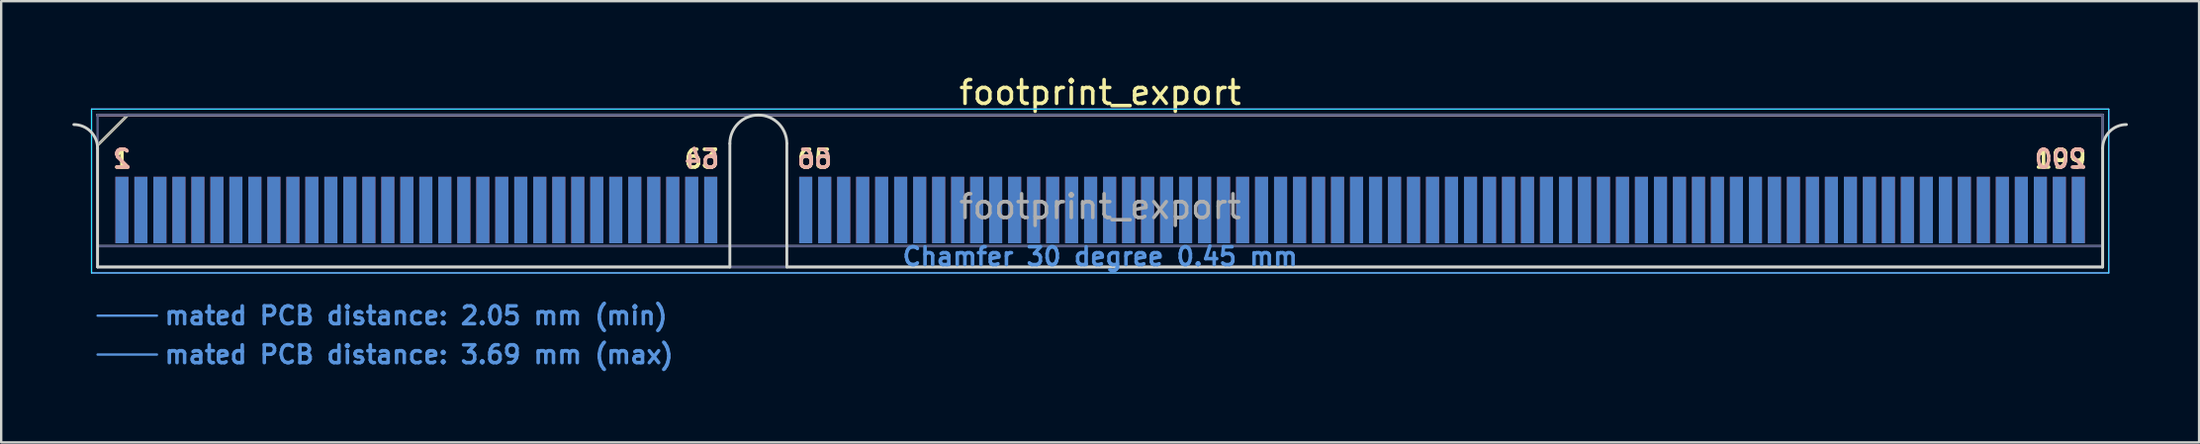
<source format=kicad_pcb>
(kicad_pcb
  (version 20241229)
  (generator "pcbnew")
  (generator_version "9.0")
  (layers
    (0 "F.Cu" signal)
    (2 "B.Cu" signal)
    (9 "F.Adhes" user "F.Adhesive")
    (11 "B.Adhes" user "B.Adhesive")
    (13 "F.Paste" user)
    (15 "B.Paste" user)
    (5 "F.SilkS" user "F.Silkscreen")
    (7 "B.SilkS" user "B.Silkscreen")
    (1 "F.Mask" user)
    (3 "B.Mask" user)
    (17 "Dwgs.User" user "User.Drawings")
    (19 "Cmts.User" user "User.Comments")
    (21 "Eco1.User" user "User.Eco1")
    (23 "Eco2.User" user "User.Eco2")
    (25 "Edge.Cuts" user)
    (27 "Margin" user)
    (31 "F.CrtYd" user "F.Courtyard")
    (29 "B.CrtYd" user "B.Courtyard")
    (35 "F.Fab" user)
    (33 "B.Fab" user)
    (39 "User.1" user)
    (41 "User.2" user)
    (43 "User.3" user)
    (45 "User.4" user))
  (footprint "footprint_export"
    (layer "F.Cu")
    (at 43.285 8.198)
    (property "Reference" "footprint_export" (at 0 -7.35 0) (layer "F.SilkS") (effects (font (size 1 1) (thickness 0.15))))
    (attr exclude_from_pos_files exclude_from_bom)
    (fp_line (start -42.225 -5.13) (end -40.955 -6.4) (stroke (width 0.12) (type solid)) (layer "F.SilkS"))
    (fp_line (start -40.955 -6.4) (end 42.225 -6.4) (stroke (width 0.12) (type solid)) (layer "F.SilkS"))
    (fp_line (start -42.225 -6.4) (end -42.225 -6.4) (stroke (width 0.12) (type solid)) (layer "B.SilkS"))
    (fp_line (start -42.225 -6.4) (end 42.225 -6.4) (stroke (width 0.12) (type solid)) (layer "B.SilkS"))
    (fp_line (start -42.225 2.05) (end -39.725 2.05) (stroke (width 0.1) (type solid)) (layer "Cmts.User"))
    (fp_line (start -42.225 3.69) (end -39.725 3.69) (stroke (width 0.1) (type solid)) (layer "Cmts.User"))
    (fp_line (start -42.225 -5) (end -42.225 0) (stroke (width 0.12) (type solid)) (layer "Edge.Cuts"))
    (fp_line (start -42.225 0) (end -15.595 0) (stroke (width 0.12) (type solid)) (layer "Edge.Cuts"))
    (fp_line (start -15.595 0) (end -15.595 -5.2) (stroke (width 0.12) (type solid)) (layer "Edge.Cuts"))
    (fp_line (start -13.195 -5.2) (end -13.195 0) (stroke (width 0.12) (type solid)) (layer "Edge.Cuts"))
    (fp_line (start -13.195 0) (end 42.225 0) (stroke (width 0.12) (type solid)) (layer "Edge.Cuts"))
    (fp_line (start 42.225 0) (end 42.225 -5) (stroke (width 0.12) (type solid)) (layer "Edge.Cuts"))
    (fp_arc (start -43.225 -6) (mid -42.517893 -5.707107) (end -42.225 -5) (stroke (width 0.12) (type solid)) (layer "Edge.Cuts"))
    (fp_arc (start -15.595 -5.2) (mid -14.395 -6.4) (end -13.195 -5.2) (stroke (width 0.12) (type solid)) (layer "Edge.Cuts"))
    (fp_arc (start 42.225 -5) (mid 42.517893 -5.707107) (end 43.225 -6) (stroke (width 0.12) (type solid)) (layer "Edge.Cuts"))
    (fp_line (start -42.48 -6.65) (end -42.48 0.25) (stroke (width 0.05) (type solid)) (layer "B.CrtYd"))
    (fp_line (start -42.48 0.25) (end 42.48 0.25) (stroke (width 0.05) (type solid)) (layer "B.CrtYd"))
    (fp_line (start 42.48 -6.65) (end -42.48 -6.65) (stroke (width 0.05) (type solid)) (layer "B.CrtYd"))
    (fp_line (start 42.48 0.25) (end 42.48 -6.65) (stroke (width 0.05) (type solid)) (layer "B.CrtYd"))
    (fp_line (start -42.48 -6.65) (end -42.48 0.25) (stroke (width 0.05) (type solid)) (layer "F.CrtYd"))
    (fp_line (start -42.48 0.25) (end 42.48 0.25) (stroke (width 0.05) (type solid)) (layer "F.CrtYd"))
    (fp_line (start 42.48 -6.65) (end -42.48 -6.65) (stroke (width 0.05) (type solid)) (layer "F.CrtYd"))
    (fp_line (start 42.48 0.25) (end 42.48 -6.65) (stroke (width 0.05) (type solid)) (layer "F.CrtYd"))
    (fp_line (start -42.225 -6.4) (end -42.225 -6.4) (stroke (width 0.1) (type solid)) (layer "B.Fab"))
    (fp_line (start -42.225 -6.4) (end -42.225 0) (stroke (width 0.1) (type solid)) (layer "B.Fab"))
    (fp_line (start -42.225 -6.4) (end 42.225 -6.4) (stroke (width 0.1) (type solid)) (layer "B.Fab"))
    (fp_line (start -42.225 -0.88) (end 42.225 -0.88) (stroke (width 0.1) (type solid)) (layer "B.Fab"))
    (fp_line (start -42.225 0) (end 42.225 0) (stroke (width 0.1) (type solid)) (layer "B.Fab"))
    (fp_line (start 42.225 -6.4) (end 42.225 0) (stroke (width 0.1) (type solid)) (layer "B.Fab"))
    (fp_line (start -42.225 -5.13) (end -42.225 0) (stroke (width 0.1) (type solid)) (layer "F.Fab"))
    (fp_line (start -42.225 -5.13) (end -40.955 -6.4) (stroke (width 0.1) (type solid)) (layer "F.Fab"))
    (fp_line (start -42.225 -0.88) (end 42.225 -0.88) (stroke (width 0.1) (type solid)) (layer "F.Fab"))
    (fp_line (start -42.225 0) (end 42.225 0) (stroke (width 0.1) (type solid)) (layer "F.Fab"))
    (fp_line (start -40.955 -6.4) (end 42.225 -6.4) (stroke (width 0.1) (type solid)) (layer "F.Fab"))
    (fp_line (start 42.225 -6.4) (end 42.225 0) (stroke (width 0.1) (type solid)) (layer "F.Fab"))
    (fp_text user "65" (at -12.025 -4.55 0) (layer "F.SilkS") (effects (font (size 0.75 0.75) (thickness 0.15))))
    (fp_text user "199" (at 40.45 -4.55 0) (layer "F.SilkS") (effects (font (size 0.75 0.75) (thickness 0.15))))
    (fp_text user "1" (at -41.2 -4.55 0) (layer "F.SilkS") (effects (font (size 0.75 0.75) (thickness 0.15))))
    (fp_text user "63" (at -16.775 -4.55 0) (layer "F.SilkS") (effects (font (size 0.75 0.75) (thickness 0.15))))
    (fp_text user "2" (at -41.2 -4.55 0) (layer "B.SilkS") (effects (font (size 0.75 0.75) (thickness 0.15)) (justify mirror)))
    (fp_text user "66" (at -12.025 -4.55 0) (layer "B.SilkS") (effects (font (size 0.75 0.75) (thickness 0.15)) (justify mirror)))
    (fp_text user "200" (at 40.45 -4.55 0) (layer "B.SilkS") (effects (font (size 0.75 0.75) (thickness 0.15)) (justify mirror)))
    (fp_text user "64" (at -16.775 -4.55 0) (layer "B.SilkS") (effects (font (size 0.75 0.75) (thickness 0.15)) (justify mirror)))
    (fp_text user "mated PCB distance: 3.69 mm (max)" (at -39.48 3.69 0) (layer "Cmts.User") (effects (font (size 0.75 0.75) (thickness 0.15)) (justify left)))
    (fp_text user "mated PCB distance: 2.05 mm (min)" (at -39.48 2.05 0) (layer "Cmts.User") (effects (font (size 0.75 0.75) (thickness 0.15)) (justify left)))
    (fp_text user "Chamfer 30 degree 0.45 mm" (at 0 -0.44 0) (layer "Cmts.User") (effects (font (size 0.75 0.75) (thickness 0.15))))
    (fp_text user "${REFERENCE}" (at 0 -2.54 0) (layer "F.Fab") (effects (font (size 1 1) (thickness 0.15))))
    (pad "1" connect rect (at -41.2 -2.4) (size 0.55 2.8) (layers "F.Cu" "F.Mask"))
    (pad "2" connect rect (at -41.2 -2.4) (size 0.55 2.8) (layers "B.Cu" "B.Mask"))
    (pad "3" connect rect (at -40.4 -2.4) (size 0.55 2.8) (layers "F.Cu" "F.Mask"))
    (pad "4" connect rect (at -40.4 -2.4) (size 0.55 2.8) (layers "B.Cu" "B.Mask"))
    (pad "5" connect rect (at -39.6 -2.4) (size 0.55 2.8) (layers "F.Cu" "F.Mask"))
    (pad "6" connect rect (at -39.6 -2.4) (size 0.55 2.8) (layers "B.Cu" "B.Mask"))
    (pad "7" connect rect (at -38.8 -2.4) (size 0.55 2.8) (layers "F.Cu" "F.Mask"))
    (pad "8" connect rect (at -38.8 -2.4) (size 0.55 2.8) (layers "B.Cu" "B.Mask"))
    (pad "9" connect rect (at -38 -2.4) (size 0.55 2.8) (layers "F.Cu" "F.Mask"))
    (pad "10" connect rect (at -38 -2.4) (size 0.55 2.8) (layers "B.Cu" "B.Mask"))
    (pad "11" connect rect (at -37.2 -2.4) (size 0.55 2.8) (layers "F.Cu" "F.Mask"))
    (pad "12" connect rect (at -37.2 -2.4) (size 0.55 2.8) (layers "B.Cu" "B.Mask"))
    (pad "13" connect rect (at -36.4 -2.4) (size 0.55 2.8) (layers "F.Cu" "F.Mask"))
    (pad "14" connect rect (at -36.4 -2.4) (size 0.55 2.8) (layers "B.Cu" "B.Mask"))
    (pad "15" connect rect (at -35.6 -2.4) (size 0.55 2.8) (layers "F.Cu" "F.Mask"))
    (pad "16" connect rect (at -35.6 -2.4) (size 0.55 2.8) (layers "B.Cu" "B.Mask"))
    (pad "17" connect rect (at -34.8 -2.4) (size 0.55 2.8) (layers "F.Cu" "F.Mask"))
    (pad "18" connect rect (at -34.8 -2.4) (size 0.55 2.8) (layers "B.Cu" "B.Mask"))
    (pad "19" connect rect (at -34 -2.4) (size 0.55 2.8) (layers "F.Cu" "F.Mask"))
    (pad "20" connect rect (at -34 -2.4) (size 0.55 2.8) (layers "B.Cu" "B.Mask"))
    (pad "21" connect rect (at -33.2 -2.4) (size 0.55 2.8) (layers "F.Cu" "F.Mask"))
    (pad "22" connect rect (at -33.2 -2.4) (size 0.55 2.8) (layers "B.Cu" "B.Mask"))
    (pad "23" connect rect (at -32.4 -2.4) (size 0.55 2.8) (layers "F.Cu" "F.Mask"))
    (pad "24" connect rect (at -32.4 -2.4) (size 0.55 2.8) (layers "B.Cu" "B.Mask"))
    (pad "25" connect rect (at -31.6 -2.4) (size 0.55 2.8) (layers "F.Cu" "F.Mask"))
    (pad "26" connect rect (at -31.6 -2.4) (size 0.55 2.8) (layers "B.Cu" "B.Mask"))
    (pad "27" connect rect (at -30.8 -2.4) (size 0.55 2.8) (layers "F.Cu" "F.Mask"))
    (pad "28" connect rect (at -30.8 -2.4) (size 0.55 2.8) (layers "B.Cu" "B.Mask"))
    (pad "29" connect rect (at -30 -2.4) (size 0.55 2.8) (layers "F.Cu" "F.Mask"))
    (pad "30" connect rect (at -30 -2.4) (size 0.55 2.8) (layers "B.Cu" "B.Mask"))
    (pad "31" connect rect (at -29.2 -2.4) (size 0.55 2.8) (layers "F.Cu" "F.Mask"))
    (pad "32" connect rect (at -29.2 -2.4) (size 0.55 2.8) (layers "B.Cu" "B.Mask"))
    (pad "33" connect rect (at -28.4 -2.4) (size 0.55 2.8) (layers "F.Cu" "F.Mask"))
    (pad "34" connect rect (at -28.4 -2.4) (size 0.55 2.8) (layers "B.Cu" "B.Mask"))
    (pad "35" connect rect (at -27.6 -2.4) (size 0.55 2.8) (layers "F.Cu" "F.Mask"))
    (pad "36" connect rect (at -27.6 -2.4) (size 0.55 2.8) (layers "B.Cu" "B.Mask"))
    (pad "37" connect rect (at -26.8 -2.4) (size 0.55 2.8) (layers "F.Cu" "F.Mask"))
    (pad "38" connect rect (at -26.8 -2.4) (size 0.55 2.8) (layers "B.Cu" "B.Mask"))
    (pad "39" connect rect (at -26 -2.4) (size 0.55 2.8) (layers "F.Cu" "F.Mask"))
    (pad "40" connect rect (at -26 -2.4) (size 0.55 2.8) (layers "B.Cu" "B.Mask"))
    (pad "41" connect rect (at -25.2 -2.4) (size 0.55 2.8) (layers "F.Cu" "F.Mask"))
    (pad "42" connect rect (at -25.2 -2.4) (size 0.55 2.8) (layers "B.Cu" "B.Mask"))
    (pad "43" connect rect (at -24.4 -2.4) (size 0.55 2.8) (layers "F.Cu" "F.Mask"))
    (pad "44" connect rect (at -24.4 -2.4) (size 0.55 2.8) (layers "B.Cu" "B.Mask"))
    (pad "45" connect rect (at -23.6 -2.4) (size 0.55 2.8) (layers "F.Cu" "F.Mask"))
    (pad "46" connect rect (at -23.6 -2.4) (size 0.55 2.8) (layers "B.Cu" "B.Mask"))
    (pad "47" connect rect (at -22.8 -2.4) (size 0.55 2.8) (layers "F.Cu" "F.Mask"))
    (pad "48" connect rect (at -22.8 -2.4) (size 0.55 2.8) (layers "B.Cu" "B.Mask"))
    (pad "49" connect rect (at -22 -2.4) (size 0.55 2.8) (layers "F.Cu" "F.Mask"))
    (pad "50" connect rect (at -22 -2.4) (size 0.55 2.8) (layers "B.Cu" "B.Mask"))
    (pad "51" connect rect (at -21.2 -2.4) (size 0.55 2.8) (layers "F.Cu" "F.Mask"))
    (pad "52" connect rect (at -21.2 -2.4) (size 0.55 2.8) (layers "B.Cu" "B.Mask"))
    (pad "53" connect rect (at -20.4 -2.4) (size 0.55 2.8) (layers "F.Cu" "F.Mask"))
    (pad "54" connect rect (at -20.4 -2.4) (size 0.55 2.8) (layers "B.Cu" "B.Mask"))
    (pad "55" connect rect (at -19.6 -2.4) (size 0.55 2.8) (layers "F.Cu" "F.Mask"))
    (pad "56" connect rect (at -19.6 -2.4) (size 0.55 2.8) (layers "B.Cu" "B.Mask"))
    (pad "57" connect rect (at -18.8 -2.4) (size 0.55 2.8) (layers "F.Cu" "F.Mask"))
    (pad "58" connect rect (at -18.8 -2.4) (size 0.55 2.8) (layers "B.Cu" "B.Mask"))
    (pad "59" connect rect (at -18 -2.4) (size 0.55 2.8) (layers "F.Cu" "F.Mask"))
    (pad "60" connect rect (at -18 -2.4) (size 0.55 2.8) (layers "B.Cu" "B.Mask"))
    (pad "61" connect rect (at -17.2 -2.4) (size 0.55 2.8) (layers "F.Cu" "F.Mask"))
    (pad "62" connect rect (at -17.2 -2.4) (size 0.55 2.8) (layers "B.Cu" "B.Mask"))
    (pad "63" connect rect (at -16.4 -2.4) (size 0.55 2.8) (layers "F.Cu" "F.Mask"))
    (pad "64" connect rect (at -16.4 -2.4) (size 0.55 2.8) (layers "B.Cu" "B.Mask"))
    (pad "65" connect rect (at -12.4 -2.4) (size 0.55 2.8) (layers "F.Cu" "F.Mask"))
    (pad "66" connect rect (at -12.4 -2.4) (size 0.55 2.8) (layers "B.Cu" "B.Mask"))
    (pad "67" connect rect (at -11.6 -2.4) (size 0.55 2.8) (layers "F.Cu" "F.Mask"))
    (pad "68" connect rect (at -11.6 -2.4) (size 0.55 2.8) (layers "B.Cu" "B.Mask"))
    (pad "69" connect rect (at -10.8 -2.4) (size 0.55 2.8) (layers "F.Cu" "F.Mask"))
    (pad "70" connect rect (at -10.8 -2.4) (size 0.55 2.8) (layers "B.Cu" "B.Mask"))
    (pad "71" connect rect (at -10 -2.4) (size 0.55 2.8) (layers "F.Cu" "F.Mask"))
    (pad "72" connect rect (at -10 -2.4) (size 0.55 2.8) (layers "B.Cu" "B.Mask"))
    (pad "73" connect rect (at -9.2 -2.4) (size 0.55 2.8) (layers "F.Cu" "F.Mask"))
    (pad "74" connect rect (at -9.2 -2.4) (size 0.55 2.8) (layers "B.Cu" "B.Mask"))
    (pad "75" connect rect (at -8.4 -2.4) (size 0.55 2.8) (layers "F.Cu" "F.Mask"))
    (pad "76" connect rect (at -8.4 -2.4) (size 0.55 2.8) (layers "B.Cu" "B.Mask"))
    (pad "77" connect rect (at -7.6 -2.4) (size 0.55 2.8) (layers "F.Cu" "F.Mask"))
    (pad "78" connect rect (at -7.6 -2.4) (size 0.55 2.8) (layers "B.Cu" "B.Mask"))
    (pad "79" connect rect (at -6.8 -2.4) (size 0.55 2.8) (layers "F.Cu" "F.Mask"))
    (pad "80" connect rect (at -6.8 -2.4) (size 0.55 2.8) (layers "B.Cu" "B.Mask"))
    (pad "81" connect rect (at -6 -2.4) (size 0.55 2.8) (layers "F.Cu" "F.Mask"))
    (pad "82" connect rect (at -6 -2.4) (size 0.55 2.8) (layers "B.Cu" "B.Mask"))
    (pad "83" connect rect (at -5.2 -2.4) (size 0.55 2.8) (layers "F.Cu" "F.Mask"))
    (pad "84" connect rect (at -5.2 -2.4) (size 0.55 2.8) (layers "B.Cu" "B.Mask"))
    (pad "85" connect rect (at -4.4 -2.4) (size 0.55 2.8) (layers "F.Cu" "F.Mask"))
    (pad "86" connect rect (at -4.4 -2.4) (size 0.55 2.8) (layers "B.Cu" "B.Mask"))
    (pad "87" connect rect (at -3.6 -2.4) (size 0.55 2.8) (layers "F.Cu" "F.Mask"))
    (pad "88" connect rect (at -3.6 -2.4) (size 0.55 2.8) (layers "B.Cu" "B.Mask"))
    (pad "89" connect rect (at -2.8 -2.4) (size 0.55 2.8) (layers "F.Cu" "F.Mask"))
    (pad "90" connect rect (at -2.8 -2.4) (size 0.55 2.8) (layers "B.Cu" "B.Mask"))
    (pad "91" connect rect (at -2 -2.4) (size 0.55 2.8) (layers "F.Cu" "F.Mask"))
    (pad "92" connect rect (at -2 -2.4) (size 0.55 2.8) (layers "B.Cu" "B.Mask"))
    (pad "93" connect rect (at -1.2 -2.4) (size 0.55 2.8) (layers "F.Cu" "F.Mask"))
    (pad "94" connect rect (at -1.2 -2.4) (size 0.55 2.8) (layers "B.Cu" "B.Mask"))
    (pad "95" connect rect (at -0.4 -2.4) (size 0.55 2.8) (layers "F.Cu" "F.Mask"))
    (pad "96" connect rect (at -0.4 -2.4) (size 0.55 2.8) (layers "B.Cu" "B.Mask"))
    (pad "97" connect rect (at 0.4 -2.4) (size 0.55 2.8) (layers "F.Cu" "F.Mask"))
    (pad "98" connect rect (at 0.4 -2.4) (size 0.55 2.8) (layers "B.Cu" "B.Mask"))
    (pad "99" connect rect (at 1.2 -2.4) (size 0.55 2.8) (layers "F.Cu" "F.Mask"))
    (pad "100" connect rect (at 1.2 -2.4) (size 0.55 2.8) (layers "B.Cu" "B.Mask"))
    (pad "101" connect rect (at 2 -2.4) (size 0.55 2.8) (layers "F.Cu" "F.Mask"))
    (pad "102" connect rect (at 2 -2.4) (size 0.55 2.8) (layers "B.Cu" "B.Mask"))
    (pad "103" connect rect (at 2.8 -2.4) (size 0.55 2.8) (layers "F.Cu" "F.Mask"))
    (pad "104" connect rect (at 2.8 -2.4) (size 0.55 2.8) (layers "B.Cu" "B.Mask"))
    (pad "105" connect rect (at 3.6 -2.4) (size 0.55 2.8) (layers "F.Cu" "F.Mask"))
    (pad "106" connect rect (at 3.6 -2.4) (size 0.55 2.8) (layers "B.Cu" "B.Mask"))
    (pad "107" connect rect (at 4.4 -2.4) (size 0.55 2.8) (layers "F.Cu" "F.Mask"))
    (pad "108" connect rect (at 4.4 -2.4) (size 0.55 2.8) (layers "B.Cu" "B.Mask"))
    (pad "109" connect rect (at 5.2 -2.4) (size 0.55 2.8) (layers "F.Cu" "F.Mask"))
    (pad "110" connect rect (at 5.2 -2.4) (size 0.55 2.8) (layers "B.Cu" "B.Mask"))
    (pad "111" connect rect (at 6 -2.4) (size 0.55 2.8) (layers "F.Cu" "F.Mask"))
    (pad "112" connect rect (at 6 -2.4) (size 0.55 2.8) (layers "B.Cu" "B.Mask"))
    (pad "113" connect rect (at 6.8 -2.4) (size 0.55 2.8) (layers "F.Cu" "F.Mask"))
    (pad "114" connect rect (at 6.8 -2.4) (size 0.55 2.8) (layers "B.Cu" "B.Mask"))
    (pad "115" connect rect (at 7.6 -2.4) (size 0.55 2.8) (layers "F.Cu" "F.Mask"))
    (pad "116" connect rect (at 7.6 -2.4) (size 0.55 2.8) (layers "B.Cu" "B.Mask"))
    (pad "117" connect rect (at 8.4 -2.4) (size 0.55 2.8) (layers "F.Cu" "F.Mask"))
    (pad "118" connect rect (at 8.4 -2.4) (size 0.55 2.8) (layers "B.Cu" "B.Mask"))
    (pad "119" connect rect (at 9.2 -2.4) (size 0.55 2.8) (layers "F.Cu" "F.Mask"))
    (pad "120" connect rect (at 9.2 -2.4) (size 0.55 2.8) (layers "B.Cu" "B.Mask"))
    (pad "121" connect rect (at 10 -2.4) (size 0.55 2.8) (layers "F.Cu" "F.Mask"))
    (pad "122" connect rect (at 10 -2.4) (size 0.55 2.8) (layers "B.Cu" "B.Mask"))
    (pad "123" connect rect (at 10.8 -2.4) (size 0.55 2.8) (layers "F.Cu" "F.Mask"))
    (pad "124" connect rect (at 10.8 -2.4) (size 0.55 2.8) (layers "B.Cu" "B.Mask"))
    (pad "125" connect rect (at 11.6 -2.4) (size 0.55 2.8) (layers "F.Cu" "F.Mask"))
    (pad "126" connect rect (at 11.6 -2.4) (size 0.55 2.8) (layers "B.Cu" "B.Mask"))
    (pad "127" connect rect (at 12.4 -2.4) (size 0.55 2.8) (layers "F.Cu" "F.Mask"))
    (pad "128" connect rect (at 12.4 -2.4) (size 0.55 2.8) (layers "B.Cu" "B.Mask"))
    (pad "129" connect rect (at 13.2 -2.4) (size 0.55 2.8) (layers "F.Cu" "F.Mask"))
    (pad "130" connect rect (at 13.2 -2.4) (size 0.55 2.8) (layers "B.Cu" "B.Mask"))
    (pad "131" connect rect (at 14 -2.4) (size 0.55 2.8) (layers "F.Cu" "F.Mask"))
    (pad "132" connect rect (at 14 -2.4) (size 0.55 2.8) (layers "B.Cu" "B.Mask"))
    (pad "133" connect rect (at 14.8 -2.4) (size 0.55 2.8) (layers "F.Cu" "F.Mask"))
    (pad "134" connect rect (at 14.8 -2.4) (size 0.55 2.8) (layers "B.Cu" "B.Mask"))
    (pad "135" connect rect (at 15.6 -2.4) (size 0.55 2.8) (layers "F.Cu" "F.Mask"))
    (pad "136" connect rect (at 15.6 -2.4) (size 0.55 2.8) (layers "B.Cu" "B.Mask"))
    (pad "137" connect rect (at 16.4 -2.4) (size 0.55 2.8) (layers "F.Cu" "F.Mask"))
    (pad "138" connect rect (at 16.4 -2.4) (size 0.55 2.8) (layers "B.Cu" "B.Mask"))
    (pad "139" connect rect (at 17.2 -2.4) (size 0.55 2.8) (layers "F.Cu" "F.Mask"))
    (pad "140" connect rect (at 17.2 -2.4) (size 0.55 2.8) (layers "B.Cu" "B.Mask"))
    (pad "141" connect rect (at 18 -2.4) (size 0.55 2.8) (layers "F.Cu" "F.Mask"))
    (pad "142" connect rect (at 18 -2.4) (size 0.55 2.8) (layers "B.Cu" "B.Mask"))
    (pad "143" connect rect (at 18.8 -2.4) (size 0.55 2.8) (layers "F.Cu" "F.Mask"))
    (pad "144" connect rect (at 18.8 -2.4) (size 0.55 2.8) (layers "B.Cu" "B.Mask"))
    (pad "145" connect rect (at 19.6 -2.4) (size 0.55 2.8) (layers "F.Cu" "F.Mask"))
    (pad "146" connect rect (at 19.6 -2.4) (size 0.55 2.8) (layers "B.Cu" "B.Mask"))
    (pad "147" connect rect (at 20.4 -2.4) (size 0.55 2.8) (layers "F.Cu" "F.Mask"))
    (pad "148" connect rect (at 20.4 -2.4) (size 0.55 2.8) (layers "B.Cu" "B.Mask"))
    (pad "149" connect rect (at 21.2 -2.4) (size 0.55 2.8) (layers "F.Cu" "F.Mask"))
    (pad "150" connect rect (at 21.2 -2.4) (size 0.55 2.8) (layers "B.Cu" "B.Mask"))
    (pad "151" connect rect (at 22 -2.4) (size 0.55 2.8) (layers "F.Cu" "F.Mask"))
    (pad "152" connect rect (at 22 -2.4) (size 0.55 2.8) (layers "B.Cu" "B.Mask"))
    (pad "153" connect rect (at 22.8 -2.4) (size 0.55 2.8) (layers "F.Cu" "F.Mask"))
    (pad "154" connect rect (at 22.8 -2.4) (size 0.55 2.8) (layers "B.Cu" "B.Mask"))
    (pad "155" connect rect (at 23.6 -2.4) (size 0.55 2.8) (layers "F.Cu" "F.Mask"))
    (pad "156" connect rect (at 23.6 -2.4) (size 0.55 2.8) (layers "B.Cu" "B.Mask"))
    (pad "157" connect rect (at 24.4 -2.4) (size 0.55 2.8) (layers "F.Cu" "F.Mask"))
    (pad "158" connect rect (at 24.4 -2.4) (size 0.55 2.8) (layers "B.Cu" "B.Mask"))
    (pad "159" connect rect (at 25.2 -2.4) (size 0.55 2.8) (layers "F.Cu" "F.Mask"))
    (pad "160" connect rect (at 25.2 -2.4) (size 0.55 2.8) (layers "B.Cu" "B.Mask"))
    (pad "161" connect rect (at 26 -2.4) (size 0.55 2.8) (layers "F.Cu" "F.Mask"))
    (pad "162" connect rect (at 26 -2.4) (size 0.55 2.8) (layers "B.Cu" "B.Mask"))
    (pad "163" connect rect (at 26.8 -2.4) (size 0.55 2.8) (layers "F.Cu" "F.Mask"))
    (pad "164" connect rect (at 26.8 -2.4) (size 0.55 2.8) (layers "B.Cu" "B.Mask"))
    (pad "165" connect rect (at 27.6 -2.4) (size 0.55 2.8) (layers "F.Cu" "F.Mask"))
    (pad "166" connect rect (at 27.6 -2.4) (size 0.55 2.8) (layers "B.Cu" "B.Mask"))
    (pad "167" connect rect (at 28.4 -2.4) (size 0.55 2.8) (layers "F.Cu" "F.Mask"))
    (pad "168" connect rect (at 28.4 -2.4) (size 0.55 2.8) (layers "B.Cu" "B.Mask"))
    (pad "169" connect rect (at 29.2 -2.4) (size 0.55 2.8) (layers "F.Cu" "F.Mask"))
    (pad "170" connect rect (at 29.2 -2.4) (size 0.55 2.8) (layers "B.Cu" "B.Mask"))
    (pad "171" connect rect (at 30 -2.4) (size 0.55 2.8) (layers "F.Cu" "F.Mask"))
    (pad "172" connect rect (at 30 -2.4) (size 0.55 2.8) (layers "B.Cu" "B.Mask"))
    (pad "173" connect rect (at 30.8 -2.4) (size 0.55 2.8) (layers "F.Cu" "F.Mask"))
    (pad "174" connect rect (at 30.8 -2.4) (size 0.55 2.8) (layers "B.Cu" "B.Mask"))
    (pad "175" connect rect (at 31.6 -2.4) (size 0.55 2.8) (layers "F.Cu" "F.Mask"))
    (pad "176" connect rect (at 31.6 -2.4) (size 0.55 2.8) (layers "B.Cu" "B.Mask"))
    (pad "177" connect rect (at 32.4 -2.4) (size 0.55 2.8) (layers "F.Cu" "F.Mask"))
    (pad "178" connect rect (at 32.4 -2.4) (size 0.55 2.8) (layers "B.Cu" "B.Mask"))
    (pad "179" connect rect (at 33.2 -2.4) (size 0.55 2.8) (layers "F.Cu" "F.Mask"))
    (pad "180" connect rect (at 33.2 -2.4) (size 0.55 2.8) (layers "B.Cu" "B.Mask"))
    (pad "181" connect rect (at 34 -2.4) (size 0.55 2.8) (layers "F.Cu" "F.Mask"))
    (pad "182" connect rect (at 34 -2.4) (size 0.55 2.8) (layers "B.Cu" "B.Mask"))
    (pad "183" connect rect (at 34.8 -2.4) (size 0.55 2.8) (layers "F.Cu" "F.Mask"))
    (pad "184" connect rect (at 34.8 -2.4) (size 0.55 2.8) (layers "B.Cu" "B.Mask"))
    (pad "185" connect rect (at 35.6 -2.4) (size 0.55 2.8) (layers "F.Cu" "F.Mask"))
    (pad "186" connect rect (at 35.6 -2.4) (size 0.55 2.8) (layers "B.Cu" "B.Mask"))
    (pad "187" connect rect (at 36.4 -2.4) (size 0.55 2.8) (layers "F.Cu" "F.Mask"))
    (pad "188" connect rect (at 36.4 -2.4) (size 0.55 2.8) (layers "B.Cu" "B.Mask"))
    (pad "189" connect rect (at 37.2 -2.4) (size 0.55 2.8) (layers "F.Cu" "F.Mask"))
    (pad "190" connect rect (at 37.2 -2.4) (size 0.55 2.8) (layers "B.Cu" "B.Mask"))
    (pad "191" connect rect (at 38 -2.4) (size 0.55 2.8) (layers "F.Cu" "F.Mask"))
    (pad "192" connect rect (at 38 -2.4) (size 0.55 2.8) (layers "B.Cu" "B.Mask"))
    (pad "193" connect rect (at 38.8 -2.4) (size 0.55 2.8) (layers "F.Cu" "F.Mask"))
    (pad "194" connect rect (at 38.8 -2.4) (size 0.55 2.8) (layers "B.Cu" "B.Mask"))
    (pad "195" connect rect (at 39.6 -2.4) (size 0.55 2.8) (layers "F.Cu" "F.Mask"))
    (pad "196" connect rect (at 39.6 -2.4) (size 0.55 2.8) (layers "B.Cu" "B.Mask"))
    (pad "197" connect rect (at 40.4 -2.4) (size 0.55 2.8) (layers "F.Cu" "F.Mask"))
    (pad "198" connect rect (at 40.4 -2.4) (size 0.55 2.8) (layers "B.Cu" "B.Mask"))
    (pad "199" connect rect (at 41.2 -2.4) (size 0.55 2.8) (layers "F.Cu" "F.Mask"))
    (pad "200" connect rect (at 41.2 -2.4) (size 0.55 2.8) (layers "B.Cu" "B.Mask")))
  (gr_rect
    (start -3 -3)
    (end 89.57 15.59)
    (stroke (width 0.1) (type default))
    (fill no)
    (layer "Edge.Cuts")))
</source>
